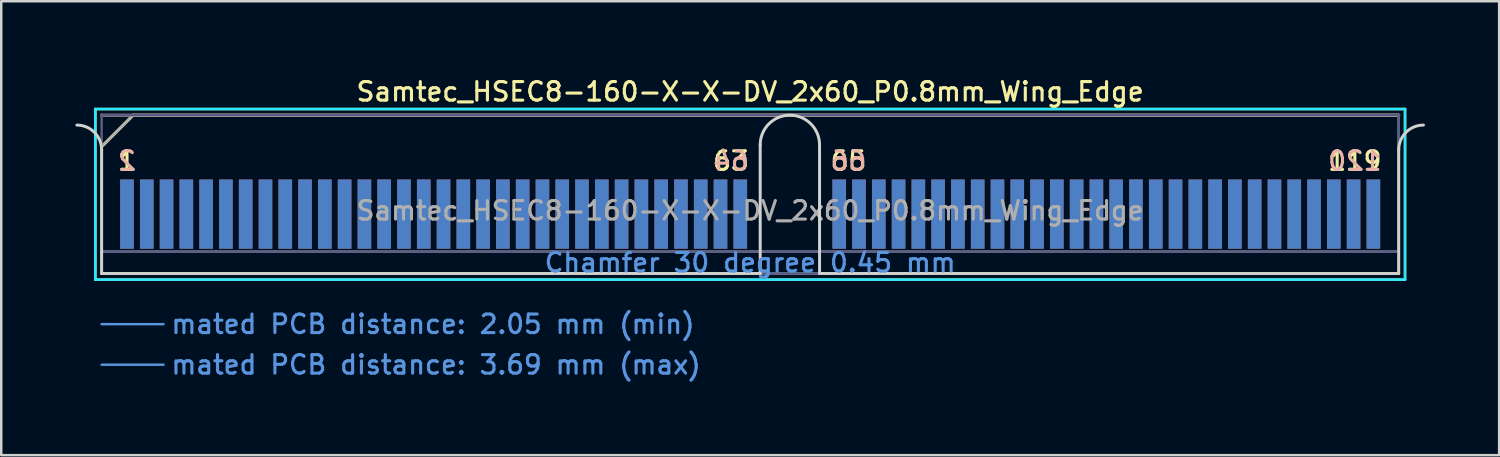
<source format=kicad_pcb>
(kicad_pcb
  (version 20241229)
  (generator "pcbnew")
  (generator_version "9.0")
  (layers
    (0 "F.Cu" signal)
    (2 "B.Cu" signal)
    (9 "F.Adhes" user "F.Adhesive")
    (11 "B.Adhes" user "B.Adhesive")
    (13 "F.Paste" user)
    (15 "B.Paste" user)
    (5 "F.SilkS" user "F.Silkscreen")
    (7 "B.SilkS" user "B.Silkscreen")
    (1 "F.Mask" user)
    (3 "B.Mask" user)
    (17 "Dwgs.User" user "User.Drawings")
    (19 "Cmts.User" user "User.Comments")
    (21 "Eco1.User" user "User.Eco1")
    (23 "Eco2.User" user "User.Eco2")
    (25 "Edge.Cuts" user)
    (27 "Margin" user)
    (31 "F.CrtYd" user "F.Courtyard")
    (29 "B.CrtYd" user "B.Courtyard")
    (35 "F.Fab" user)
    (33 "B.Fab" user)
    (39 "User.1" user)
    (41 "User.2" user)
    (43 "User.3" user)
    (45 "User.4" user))
  (footprint "Samtec_HSEC8-160-X-X-DV_2x60_P0.8mm_Wing_Edge"
    (layer "F.Cu")
    (at 27.285 8.008)
    (property "Reference" "Samtec_HSEC8-160-X-X-DV_2x60_P0.8mm_Wing_Edge" (at 0 -7.35 0) (layer "F.SilkS") (effects (font (size 0.75 0.75) (thickness 0.125))))
    (attr exclude_from_pos_files exclude_from_bom)
    (fp_line (start -26.48 -6.65) (end -26.48 0.25) (stroke (width 0.1) (type solid)) (layer "F.SilkS"))
    (fp_line (start -26.48 0.25) (end 26.48 0.25) (stroke (width 0.1) (type solid)) (layer "F.SilkS"))
    (fp_line (start -26.225 -5.13) (end -24.955 -6.4) (stroke (width 0.12) (type solid)) (layer "F.SilkS"))
    (fp_line (start -24.955 -6.4) (end 26.225 -6.4) (stroke (width 0.12) (type solid)) (layer "F.SilkS"))
    (fp_line (start 26.48 -6.65) (end -26.48 -6.65) (stroke (width 0.1) (type solid)) (layer "F.SilkS"))
    (fp_line (start 26.48 0.25) (end 26.48 -6.65) (stroke (width 0.1) (type solid)) (layer "F.SilkS"))
    (fp_line (start -26.225 -6.4) (end -26.225 -6.4) (stroke (width 0.12) (type solid)) (layer "B.SilkS"))
    (fp_line (start -26.225 -6.4) (end 26.225 -6.4) (stroke (width 0.12) (type solid)) (layer "B.SilkS"))
    (fp_line (start -26.225 2.05) (end -23.725 2.05) (stroke (width 0.1) (type solid)) (layer "Cmts.User"))
    (fp_line (start -26.225 3.69) (end -23.725 3.69) (stroke (width 0.1) (type solid)) (layer "Cmts.User"))
    (fp_line (start -26.225 -5) (end -26.225 0) (stroke (width 0.12) (type solid)) (layer "Edge.Cuts"))
    (fp_line (start -26.225 0) (end 0.405 0) (stroke (width 0.12) (type solid)) (layer "Edge.Cuts"))
    (fp_line (start 0.405 0) (end 0.405 -5.2) (stroke (width 0.12) (type solid)) (layer "Edge.Cuts"))
    (fp_line (start 2.805 -5.2) (end 2.805 0) (stroke (width 0.12) (type solid)) (layer "Edge.Cuts"))
    (fp_line (start 2.805 0) (end 26.225 0) (stroke (width 0.12) (type solid)) (layer "Edge.Cuts"))
    (fp_line (start 26.225 0) (end 26.225 -5) (stroke (width 0.12) (type solid)) (layer "Edge.Cuts"))
    (fp_arc (start -27.225 -6) (mid -26.517893 -5.707107) (end -26.225 -5) (stroke (width 0.12) (type solid)) (layer "Edge.Cuts"))
    (fp_arc (start 0.405 -5.2) (mid 1.605 -6.4) (end 2.805 -5.2) (stroke (width 0.12) (type solid)) (layer "Edge.Cuts"))
    (fp_arc (start 26.225 -5) (mid 26.517893 -5.707107) (end 27.225 -6) (stroke (width 0.12) (type solid)) (layer "Edge.Cuts"))
    (fp_line (start -26.48 -6.65) (end -26.48 0.25) (stroke (width 0.1) (type solid)) (layer "B.CrtYd"))
    (fp_line (start -26.48 0.25) (end 26.48 0.25) (stroke (width 0.1) (type solid)) (layer "B.CrtYd"))
    (fp_line (start 26.48 -6.65) (end -26.48 -6.65) (stroke (width 0.1) (type solid)) (layer "B.CrtYd"))
    (fp_line (start 26.48 0.25) (end 26.48 -6.65) (stroke (width 0.1) (type solid)) (layer "B.CrtYd"))
    (fp_line (start -26.225 -6.4) (end -26.225 -6.4) (stroke (width 0.1) (type solid)) (layer "B.Fab"))
    (fp_line (start -26.225 -6.4) (end -26.225 0) (stroke (width 0.1) (type solid)) (layer "B.Fab"))
    (fp_line (start -26.225 -6.4) (end 26.225 -6.4) (stroke (width 0.1) (type solid)) (layer "B.Fab"))
    (fp_line (start -26.225 -0.88) (end 26.225 -0.88) (stroke (width 0.1) (type solid)) (layer "B.Fab"))
    (fp_line (start -26.225 0) (end 26.225 0) (stroke (width 0.1) (type solid)) (layer "B.Fab"))
    (fp_line (start 26.225 -6.4) (end 26.225 0) (stroke (width 0.1) (type solid)) (layer "B.Fab"))
    (fp_line (start -26.225 -5.13) (end -26.225 0) (stroke (width 0.1) (type solid)) (layer "F.Fab"))
    (fp_line (start -26.225 -5.13) (end -24.955 -6.4) (stroke (width 0.1) (type solid)) (layer "F.Fab"))
    (fp_line (start -26.225 -0.88) (end 26.225 -0.88) (stroke (width 0.1) (type solid)) (layer "F.Fab"))
    (fp_line (start -26.225 0) (end 26.225 0) (stroke (width 0.1) (type solid)) (layer "F.Fab"))
    (fp_line (start -24.955 -6.4) (end 26.225 -6.4) (stroke (width 0.1) (type solid)) (layer "F.Fab"))
    (fp_line (start 26.225 -6.4) (end 26.225 0) (stroke (width 0.1) (type solid)) (layer "F.Fab"))
    (fp_text user "1" (at -25.2 -4.55 0) (layer "F.SilkS") (effects (font (size 0.75 0.75) (thickness 0.125))))
    (fp_text user "119" (at 24.45 -4.55 0) (layer "F.SilkS") (effects (font (size 0.75 0.75) (thickness 0.125))))
    (fp_text user "63" (at -0.775 -4.55 0) (layer "F.SilkS") (effects (font (size 0.75 0.75) (thickness 0.125))))
    (fp_text user "65" (at 3.975 -4.55 0) (layer "F.SilkS") (effects (font (size 0.75 0.75) (thickness 0.125))))
    (fp_text user "64" (at -0.775 -4.55 0) (layer "B.SilkS") (effects (font (size 0.75 0.75) (thickness 0.125)) (justify mirror)))
    (fp_text user "120" (at 24.45 -4.55 0) (layer "B.SilkS") (effects (font (size 0.75 0.75) (thickness 0.125)) (justify mirror)))
    (fp_text user "2" (at -25.2 -4.55 0) (layer "B.SilkS") (effects (font (size 0.75 0.75) (thickness 0.125)) (justify mirror)))
    (fp_text user "66" (at 3.975 -4.55 0) (layer "B.SilkS") (effects (font (size 0.75 0.75) (thickness 0.125)) (justify mirror)))
    (fp_text user "mated PCB distance: 3.69 mm (max)" (at -23.48 3.69 0) (layer "Cmts.User") (effects (font (size 0.75 0.75) (thickness 0.125)) (justify left)))
    (fp_text user "mated PCB distance: 2.05 mm (min)" (at -23.48 2.05 0) (layer "Cmts.User") (effects (font (size 0.75 0.75) (thickness 0.125)) (justify left)))
    (fp_text user "Chamfer 30 degree 0.45 mm" (at 0 -0.44 0) (layer "Cmts.User") (effects (font (size 0.75 0.75) (thickness 0.125))))
    (fp_text user "${REFERENCE}" (at 0 -2.54 0) (layer "F.Fab") (effects (font (size 0.75 0.75) (thickness 0.125))))
    (pad "1" connect rect (at -25.2 -2.4) (size 0.55 2.8) (layers "F.Cu" "F.Mask"))
    (pad "2" connect rect (at -25.2 -2.4) (size 0.55 2.8) (layers "B.Cu" "B.Mask"))
    (pad "3" connect rect (at -24.4 -2.4) (size 0.55 2.8) (layers "F.Cu" "F.Mask"))
    (pad "4" connect rect (at -24.4 -2.4) (size 0.55 2.8) (layers "B.Cu" "B.Mask"))
    (pad "5" connect rect (at -23.6 -2.4) (size 0.55 2.8) (layers "F.Cu" "F.Mask"))
    (pad "6" connect rect (at -23.6 -2.4) (size 0.55 2.8) (layers "B.Cu" "B.Mask"))
    (pad "7" connect rect (at -22.8 -2.4) (size 0.55 2.8) (layers "F.Cu" "F.Mask"))
    (pad "8" connect rect (at -22.8 -2.4) (size 0.55 2.8) (layers "B.Cu" "B.Mask"))
    (pad "9" connect rect (at -22 -2.4) (size 0.55 2.8) (layers "F.Cu" "F.Mask"))
    (pad "10" connect rect (at -22 -2.4) (size 0.55 2.8) (layers "B.Cu" "B.Mask"))
    (pad "11" connect rect (at -21.2 -2.4) (size 0.55 2.8) (layers "F.Cu" "F.Mask"))
    (pad "12" connect rect (at -21.2 -2.4) (size 0.55 2.8) (layers "B.Cu" "B.Mask"))
    (pad "13" connect rect (at -20.4 -2.4) (size 0.55 2.8) (layers "F.Cu" "F.Mask"))
    (pad "14" connect rect (at -20.4 -2.4) (size 0.55 2.8) (layers "B.Cu" "B.Mask"))
    (pad "15" connect rect (at -19.6 -2.4) (size 0.55 2.8) (layers "F.Cu" "F.Mask"))
    (pad "16" connect rect (at -19.6 -2.4) (size 0.55 2.8) (layers "B.Cu" "B.Mask"))
    (pad "17" connect rect (at -18.8 -2.4) (size 0.55 2.8) (layers "F.Cu" "F.Mask"))
    (pad "18" connect rect (at -18.8 -2.4) (size 0.55 2.8) (layers "B.Cu" "B.Mask"))
    (pad "19" connect rect (at -18 -2.4) (size 0.55 2.8) (layers "F.Cu" "F.Mask"))
    (pad "20" connect rect (at -18 -2.4) (size 0.55 2.8) (layers "B.Cu" "B.Mask"))
    (pad "21" connect rect (at -17.2 -2.4) (size 0.55 2.8) (layers "F.Cu" "F.Mask"))
    (pad "22" connect rect (at -17.2 -2.4) (size 0.55 2.8) (layers "B.Cu" "B.Mask"))
    (pad "23" connect rect (at -16.4 -2.4) (size 0.55 2.8) (layers "F.Cu" "F.Mask"))
    (pad "24" connect rect (at -16.4 -2.4) (size 0.55 2.8) (layers "B.Cu" "B.Mask"))
    (pad "25" connect rect (at -15.6 -2.4) (size 0.55 2.8) (layers "F.Cu" "F.Mask"))
    (pad "26" connect rect (at -15.6 -2.4) (size 0.55 2.8) (layers "B.Cu" "B.Mask"))
    (pad "27" connect rect (at -14.8 -2.4) (size 0.55 2.8) (layers "F.Cu" "F.Mask"))
    (pad "28" connect rect (at -14.8 -2.4) (size 0.55 2.8) (layers "B.Cu" "B.Mask"))
    (pad "29" connect rect (at -14 -2.4) (size 0.55 2.8) (layers "F.Cu" "F.Mask"))
    (pad "30" connect rect (at -14 -2.4) (size 0.55 2.8) (layers "B.Cu" "B.Mask"))
    (pad "31" connect rect (at -13.2 -2.4) (size 0.55 2.8) (layers "F.Cu" "F.Mask"))
    (pad "32" connect rect (at -13.2 -2.4) (size 0.55 2.8) (layers "B.Cu" "B.Mask"))
    (pad "33" connect rect (at -12.4 -2.4) (size 0.55 2.8) (layers "F.Cu" "F.Mask"))
    (pad "34" connect rect (at -12.4 -2.4) (size 0.55 2.8) (layers "B.Cu" "B.Mask"))
    (pad "35" connect rect (at -11.6 -2.4) (size 0.55 2.8) (layers "F.Cu" "F.Mask"))
    (pad "36" connect rect (at -11.6 -2.4) (size 0.55 2.8) (layers "B.Cu" "B.Mask"))
    (pad "37" connect rect (at -10.8 -2.4) (size 0.55 2.8) (layers "F.Cu" "F.Mask"))
    (pad "38" connect rect (at -10.8 -2.4) (size 0.55 2.8) (layers "B.Cu" "B.Mask"))
    (pad "39" connect rect (at -10 -2.4) (size 0.55 2.8) (layers "F.Cu" "F.Mask"))
    (pad "40" connect rect (at -10 -2.4) (size 0.55 2.8) (layers "B.Cu" "B.Mask"))
    (pad "41" connect rect (at -9.2 -2.4) (size 0.55 2.8) (layers "F.Cu" "F.Mask"))
    (pad "42" connect rect (at -9.2 -2.4) (size 0.55 2.8) (layers "B.Cu" "B.Mask"))
    (pad "43" connect rect (at -8.4 -2.4) (size 0.55 2.8) (layers "F.Cu" "F.Mask"))
    (pad "44" connect rect (at -8.4 -2.4) (size 0.55 2.8) (layers "B.Cu" "B.Mask"))
    (pad "45" connect rect (at -7.6 -2.4) (size 0.55 2.8) (layers "F.Cu" "F.Mask"))
    (pad "46" connect rect (at -7.6 -2.4) (size 0.55 2.8) (layers "B.Cu" "B.Mask"))
    (pad "47" connect rect (at -6.8 -2.4) (size 0.55 2.8) (layers "F.Cu" "F.Mask"))
    (pad "48" connect rect (at -6.8 -2.4) (size 0.55 2.8) (layers "B.Cu" "B.Mask"))
    (pad "49" connect rect (at -6 -2.4) (size 0.55 2.8) (layers "F.Cu" "F.Mask"))
    (pad "50" connect rect (at -6 -2.4) (size 0.55 2.8) (layers "B.Cu" "B.Mask"))
    (pad "51" connect rect (at -5.2 -2.4) (size 0.55 2.8) (layers "F.Cu" "F.Mask"))
    (pad "52" connect rect (at -5.2 -2.4) (size 0.55 2.8) (layers "B.Cu" "B.Mask"))
    (pad "53" connect rect (at -4.4 -2.4) (size 0.55 2.8) (layers "F.Cu" "F.Mask"))
    (pad "54" connect rect (at -4.4 -2.4) (size 0.55 2.8) (layers "B.Cu" "B.Mask"))
    (pad "55" connect rect (at -3.6 -2.4) (size 0.55 2.8) (layers "F.Cu" "F.Mask"))
    (pad "56" connect rect (at -3.6 -2.4) (size 0.55 2.8) (layers "B.Cu" "B.Mask"))
    (pad "57" connect rect (at -2.8 -2.4) (size 0.55 2.8) (layers "F.Cu" "F.Mask"))
    (pad "58" connect rect (at -2.8 -2.4) (size 0.55 2.8) (layers "B.Cu" "B.Mask"))
    (pad "59" connect rect (at -2 -2.4) (size 0.55 2.8) (layers "F.Cu" "F.Mask"))
    (pad "60" connect rect (at -2 -2.4) (size 0.55 2.8) (layers "B.Cu" "B.Mask"))
    (pad "61" connect rect (at -1.2 -2.4) (size 0.55 2.8) (layers "F.Cu" "F.Mask"))
    (pad "62" connect rect (at -1.2 -2.4) (size 0.55 2.8) (layers "B.Cu" "B.Mask"))
    (pad "63" connect rect (at -0.4 -2.4) (size 0.55 2.8) (layers "F.Cu" "F.Mask"))
    (pad "64" connect rect (at -0.4 -2.4) (size 0.55 2.8) (layers "B.Cu" "B.Mask"))
    (pad "65" connect rect (at 3.6 -2.4) (size 0.55 2.8) (layers "F.Cu" "F.Mask"))
    (pad "66" connect rect (at 3.6 -2.4) (size 0.55 2.8) (layers "B.Cu" "B.Mask"))
    (pad "67" connect rect (at 4.4 -2.4) (size 0.55 2.8) (layers "F.Cu" "F.Mask"))
    (pad "68" connect rect (at 4.4 -2.4) (size 0.55 2.8) (layers "B.Cu" "B.Mask"))
    (pad "69" connect rect (at 5.2 -2.4) (size 0.55 2.8) (layers "F.Cu" "F.Mask"))
    (pad "70" connect rect (at 5.2 -2.4) (size 0.55 2.8) (layers "B.Cu" "B.Mask"))
    (pad "71" connect rect (at 6 -2.4) (size 0.55 2.8) (layers "F.Cu" "F.Mask"))
    (pad "72" connect rect (at 6 -2.4) (size 0.55 2.8) (layers "B.Cu" "B.Mask"))
    (pad "73" connect rect (at 6.8 -2.4) (size 0.55 2.8) (layers "F.Cu" "F.Mask"))
    (pad "74" connect rect (at 6.8 -2.4) (size 0.55 2.8) (layers "B.Cu" "B.Mask"))
    (pad "75" connect rect (at 7.6 -2.4) (size 0.55 2.8) (layers "F.Cu" "F.Mask"))
    (pad "76" connect rect (at 7.6 -2.4) (size 0.55 2.8) (layers "B.Cu" "B.Mask"))
    (pad "77" connect rect (at 8.4 -2.4) (size 0.55 2.8) (layers "F.Cu" "F.Mask"))
    (pad "78" connect rect (at 8.4 -2.4) (size 0.55 2.8) (layers "B.Cu" "B.Mask"))
    (pad "79" connect rect (at 9.2 -2.4) (size 0.55 2.8) (layers "F.Cu" "F.Mask"))
    (pad "80" connect rect (at 9.2 -2.4) (size 0.55 2.8) (layers "B.Cu" "B.Mask"))
    (pad "81" connect rect (at 10 -2.4) (size 0.55 2.8) (layers "F.Cu" "F.Mask"))
    (pad "82" connect rect (at 10 -2.4) (size 0.55 2.8) (layers "B.Cu" "B.Mask"))
    (pad "83" connect rect (at 10.8 -2.4) (size 0.55 2.8) (layers "F.Cu" "F.Mask"))
    (pad "84" connect rect (at 10.8 -2.4) (size 0.55 2.8) (layers "B.Cu" "B.Mask"))
    (pad "85" connect rect (at 11.6 -2.4) (size 0.55 2.8) (layers "F.Cu" "F.Mask"))
    (pad "86" connect rect (at 11.6 -2.4) (size 0.55 2.8) (layers "B.Cu" "B.Mask"))
    (pad "87" connect rect (at 12.4 -2.4) (size 0.55 2.8) (layers "F.Cu" "F.Mask"))
    (pad "88" connect rect (at 12.4 -2.4) (size 0.55 2.8) (layers "B.Cu" "B.Mask"))
    (pad "89" connect rect (at 13.2 -2.4) (size 0.55 2.8) (layers "F.Cu" "F.Mask"))
    (pad "90" connect rect (at 13.2 -2.4) (size 0.55 2.8) (layers "B.Cu" "B.Mask"))
    (pad "91" connect rect (at 14 -2.4) (size 0.55 2.8) (layers "F.Cu" "F.Mask"))
    (pad "92" connect rect (at 14 -2.4) (size 0.55 2.8) (layers "B.Cu" "B.Mask"))
    (pad "93" connect rect (at 14.8 -2.4) (size 0.55 2.8) (layers "F.Cu" "F.Mask"))
    (pad "94" connect rect (at 14.8 -2.4) (size 0.55 2.8) (layers "B.Cu" "B.Mask"))
    (pad "95" connect rect (at 15.6 -2.4) (size 0.55 2.8) (layers "F.Cu" "F.Mask"))
    (pad "96" connect rect (at 15.6 -2.4) (size 0.55 2.8) (layers "B.Cu" "B.Mask"))
    (pad "97" connect rect (at 16.4 -2.4) (size 0.55 2.8) (layers "F.Cu" "F.Mask"))
    (pad "98" connect rect (at 16.4 -2.4) (size 0.55 2.8) (layers "B.Cu" "B.Mask"))
    (pad "99" connect rect (at 17.2 -2.4) (size 0.55 2.8) (layers "F.Cu" "F.Mask"))
    (pad "100" connect rect (at 17.2 -2.4) (size 0.55 2.8) (layers "B.Cu" "B.Mask"))
    (pad "101" connect rect (at 18 -2.4) (size 0.55 2.8) (layers "F.Cu" "F.Mask"))
    (pad "102" connect rect (at 18 -2.4) (size 0.55 2.8) (layers "B.Cu" "B.Mask"))
    (pad "103" connect rect (at 18.8 -2.4) (size 0.55 2.8) (layers "F.Cu" "F.Mask"))
    (pad "104" connect rect (at 18.8 -2.4) (size 0.55 2.8) (layers "B.Cu" "B.Mask"))
    (pad "105" connect rect (at 19.6 -2.4) (size 0.55 2.8) (layers "F.Cu" "F.Mask"))
    (pad "106" connect rect (at 19.6 -2.4) (size 0.55 2.8) (layers "B.Cu" "B.Mask"))
    (pad "107" connect rect (at 20.4 -2.4) (size 0.55 2.8) (layers "F.Cu" "F.Mask"))
    (pad "108" connect rect (at 20.4 -2.4) (size 0.55 2.8) (layers "B.Cu" "B.Mask"))
    (pad "109" connect rect (at 21.2 -2.4) (size 0.55 2.8) (layers "F.Cu" "F.Mask"))
    (pad "110" connect rect (at 21.2 -2.4) (size 0.55 2.8) (layers "B.Cu" "B.Mask"))
    (pad "111" connect rect (at 22 -2.4) (size 0.55 2.8) (layers "F.Cu" "F.Mask"))
    (pad "112" connect rect (at 22 -2.4) (size 0.55 2.8) (layers "B.Cu" "B.Mask"))
    (pad "113" connect rect (at 22.8 -2.4) (size 0.55 2.8) (layers "F.Cu" "F.Mask"))
    (pad "114" connect rect (at 22.8 -2.4) (size 0.55 2.8) (layers "B.Cu" "B.Mask"))
    (pad "115" connect rect (at 23.6 -2.4) (size 0.55 2.8) (layers "F.Cu" "F.Mask"))
    (pad "116" connect rect (at 23.6 -2.4) (size 0.55 2.8) (layers "B.Cu" "B.Mask"))
    (pad "117" connect rect (at 24.4 -2.4) (size 0.55 2.8) (layers "F.Cu" "F.Mask"))
    (pad "118" connect rect (at 24.4 -2.4) (size 0.55 2.8) (layers "B.Cu" "B.Mask"))
    (pad "119" connect rect (at 25.2 -2.4) (size 0.55 2.8) (layers "F.Cu" "F.Mask"))
    (pad "120" connect rect (at 25.2 -2.4) (size 0.55 2.8) (layers "B.Cu" "B.Mask")))
  (gr_rect
    (start -3 -3)
    (end 57.57 15.356)
    (stroke (width 0.1) (type default))
    (fill no)
    (layer "Edge.Cuts")))
</source>
